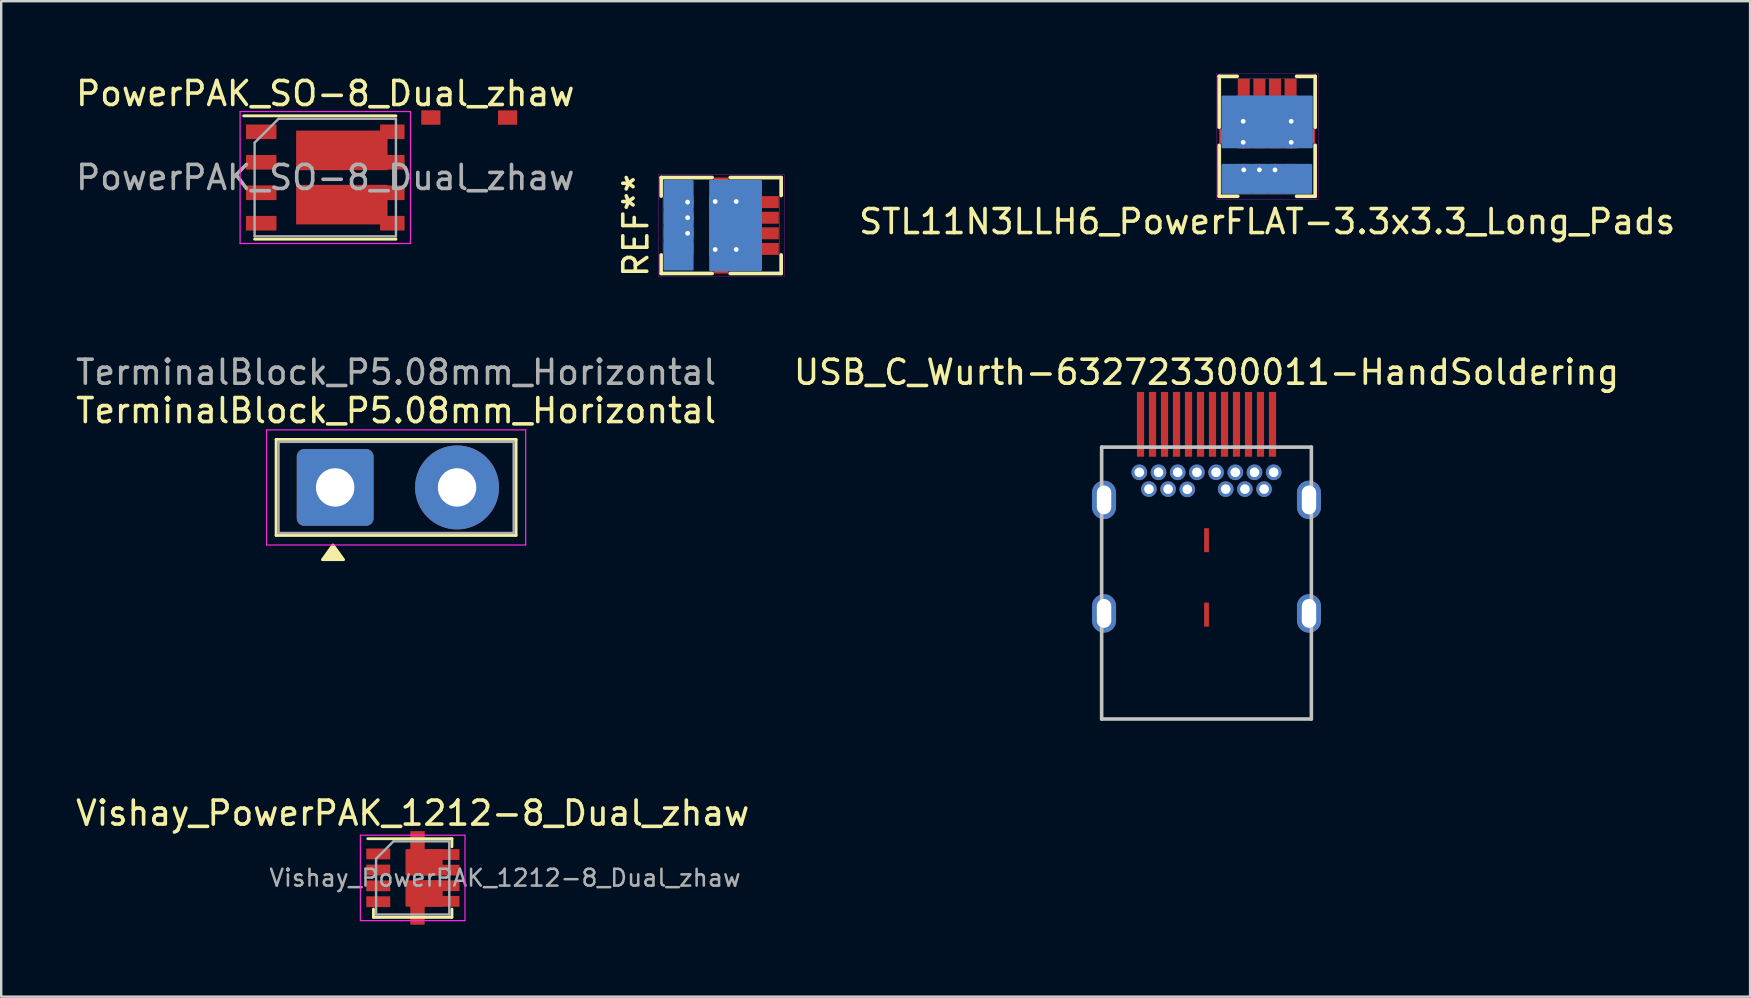
<source format=kicad_pcb>
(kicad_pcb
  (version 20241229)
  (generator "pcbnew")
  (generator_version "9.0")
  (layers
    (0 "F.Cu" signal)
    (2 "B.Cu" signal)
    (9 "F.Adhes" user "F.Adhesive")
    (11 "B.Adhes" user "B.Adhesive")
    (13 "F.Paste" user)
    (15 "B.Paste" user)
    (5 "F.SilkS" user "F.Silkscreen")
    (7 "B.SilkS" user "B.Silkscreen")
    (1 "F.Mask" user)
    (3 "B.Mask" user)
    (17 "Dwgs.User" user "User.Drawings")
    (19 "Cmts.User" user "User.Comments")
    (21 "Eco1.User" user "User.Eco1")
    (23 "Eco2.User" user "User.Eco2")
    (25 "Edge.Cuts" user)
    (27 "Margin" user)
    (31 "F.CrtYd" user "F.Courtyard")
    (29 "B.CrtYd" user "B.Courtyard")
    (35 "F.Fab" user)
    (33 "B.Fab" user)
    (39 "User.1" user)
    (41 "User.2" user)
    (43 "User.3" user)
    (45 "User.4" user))
  (footprint "USB_C_Wurth-632723300011-HandSoldering"
    (layer "F.Cu")
    (at 47.232 25.964)
    (property "Reference" "USB_C_Wurth-632723300011-HandSoldering" (at 0 -13.5 0) (layer "F.SilkS") (effects (font (size 1 1) (thickness 0.15))))
    (attr smd)
    (fp_line (start -4.37 -10.38) (end 4.37 -10.38) (stroke (width 0.15) (type solid)) (layer "Dwgs.User"))
    (fp_line (start -4.37 0.95) (end -4.37 -10.38) (stroke (width 0.15) (type solid)) (layer "Dwgs.User"))
    (fp_line (start -4.37 0.95) (end 4.37 0.95) (stroke (width 0.15) (type solid)) (layer "Dwgs.User"))
    (fp_line (start 4.37 0.95) (end 4.37 -10.38) (stroke (width 0.15) (type solid)) (layer "Dwgs.User"))
    (pad "25" thru_hole circle (at -2 -9.33) (size 0.65 0.65) (drill 0.4) (layers "*.Cu" "B.Mask"))
    (pad "25" thru_hole circle (at 2 -9.33) (size 0.65 0.65) (drill 0.4) (layers "*.Cu" "B.Mask"))
    (pad "26" thru_hole oval (at -4.27 -8.18) (size 1 1.6) (drill oval 0.6 1.2) (layers "*.Cu" "B.Mask"))
    (pad "26" thru_hole oval (at -4.27 -3.45) (size 1 1.6) (drill oval 0.6 1.2) (layers "*.Cu" "B.Mask"))
    (pad "26" thru_hole oval (at 4.27 -8.18) (size 1 1.6) (drill oval 0.6 1.2) (layers "*.Cu" "B.Mask"))
    (pad "26" thru_hole oval (at 4.27 -3.45) (size 1 1.6) (drill oval 0.6 1.2) (layers "*.Cu" "B.Mask"))
    (pad "27" smd rect (at 0 -6.5) (size 0.2 1) (layers "F.Cu" "F.Mask" "F.Paste"))
    (pad "27" smd rect (at 0 -3.4) (size 0.2 1) (layers "F.Cu" "F.Mask" "F.Paste"))
    (pad "A1" smd rect (at -2.75 -11.33) (size 0.3 2.7) (layers "F.Cu" "F.Mask" "F.Paste"))
    (pad "A2" smd rect (at -2.25 -11.33) (size 0.3 2.7) (layers "F.Cu" "F.Mask" "F.Paste"))
    (pad "A3" smd rect (at -1.75 -11.33) (size 0.3 2.7) (layers "F.Cu" "F.Mask" "F.Paste"))
    (pad "A4" smd rect (at -1.25 -11.33) (size 0.3 2.7) (layers "F.Cu" "F.Mask" "F.Paste"))
    (pad "A5" smd rect (at -0.75 -11.33) (size 0.3 2.7) (layers "F.Cu" "F.Mask" "F.Paste"))
    (pad "A6" smd rect (at -0.25 -11.33) (size 0.3 2.7) (layers "F.Cu" "F.Mask" "F.Paste"))
    (pad "A7" smd rect (at 0.25 -11.33) (size 0.3 2.7) (layers "F.Cu" "F.Mask" "F.Paste"))
    (pad "A8" smd rect (at 0.75 -11.33) (size 0.3 2.7) (layers "F.Cu" "F.Mask" "F.Paste"))
    (pad "A9" smd rect (at 1.25 -11.33) (size 0.3 2.7) (layers "F.Cu" "F.Mask" "F.Paste"))
    (pad "A10" smd rect (at 1.75 -11.33) (size 0.3 2.7) (layers "F.Cu" "F.Mask" "F.Paste"))
    (pad "A11" smd rect (at 2.25 -11.33) (size 0.3 2.7) (layers "F.Cu" "F.Mask" "F.Paste"))
    (pad "A12" smd rect (at 2.75 -11.33) (size 0.3 2.7) (layers "F.Cu" "F.Mask" "F.Paste"))
    (pad "B1" thru_hole circle (at 2.8 -9.33) (size 0.65 0.65) (drill 0.4) (layers "*.Cu" "B.Mask"))
    (pad "B2" thru_hole circle (at 2.4 -8.63) (size 0.65 0.65) (drill 0.4) (layers "*.Cu" "B.Mask"))
    (pad "B3" thru_hole circle (at 1.6 -8.63) (size 0.65 0.65) (drill 0.4) (layers "*.Cu" "B.Mask"))
    (pad "B4" thru_hole circle (at 1.2 -9.33) (size 0.65 0.65) (drill 0.4) (layers "*.Cu" "B.Mask"))
    (pad "B5" thru_hole circle (at 0.8 -8.63) (size 0.65 0.65) (drill 0.4) (layers "*.Cu" "B.Mask"))
    (pad "B6" thru_hole circle (at 0.4 -9.33) (size 0.65 0.65) (drill 0.4) (layers "*.Cu" "B.Mask"))
    (pad "B7" thru_hole circle (at -0.4 -9.33) (size 0.65 0.65) (drill 0.4) (layers "*.Cu" "B.Mask"))
    (pad "B8" thru_hole circle (at -0.8 -8.62) (size 0.65 0.65) (drill 0.4) (layers "*.Cu" "B.Mask"))
    (pad "B9" thru_hole circle (at -1.2 -9.33) (size 0.65 0.65) (drill 0.4) (layers "*.Cu" "B.Mask"))
    (pad "B10" thru_hole circle (at -1.6 -8.63) (size 0.65 0.65) (drill 0.4) (layers "*.Cu" "B.Mask"))
    (pad "B11" thru_hole circle (at -2.4 -8.63) (size 0.65 0.65) (drill 0.4) (layers "*.Cu" "B.Mask"))
    (pad "B12" thru_hole circle (at -2.8 -9.33) (size 0.65 0.65) (drill 0.4) (layers "*.Cu" "B.Mask")))
  (footprint "STL11N3LLH6_PowerFLAT-3.3x3.3_Long_Pads"
    (layer "F.Cu")
    (at 49.761 2.63)
    (property "Reference" "STL11N3LLH6_PowerFLAT-3.3x3.3_Long_Pads" (at 0 3.556 0) (layer "F.SilkS") (effects (font (size 1 1) (thickness 0.15))))
    (attr smd)
    (fp_poly (pts (xy 1.25 0.45) (xy -1.25 0.45) (xy -1.25 -1.65) (xy 1.25 -1.65)) (stroke (width 0.1) (type solid)) (fill yes) (layer "F.Cu"))
    (fp_poly (pts (xy 1.25 0.45) (xy -1.25 0.45) (xy -1.25 -1.65) (xy 1.25 -1.65)) (stroke (width 0.1) (type solid)) (fill yes) (layer "F.Mask"))
    (fp_poly (pts (xy 1.825 2.35) (xy -1.85 2.35) (xy -1.85 1.2) (xy 1.825 1.2)) (stroke (width 0.1) (type solid)) (fill yes) (layer "B.Cu"))
    (fp_poly (pts (xy 1.85 0.45) (xy -1.85 0.45) (xy -1.85 -1.65) (xy 1.85 -1.65)) (stroke (width 0.1) (type solid)) (fill yes) (layer "B.Cu"))
    (fp_line (start -2 -2.5) (end -2 -0.375) (stroke (width 0.15) (type solid)) (layer "F.SilkS"))
    (fp_line (start -2 0.375) (end -2 2.5) (stroke (width 0.15) (type solid)) (layer "F.SilkS"))
    (fp_line (start -2 2.5) (end -1.225 2.5) (stroke (width 0.15) (type solid)) (layer "F.SilkS"))
    (fp_line (start -1.25 -2.5) (end -2 -2.5) (stroke (width 0.15) (type solid)) (layer "F.SilkS"))
    (fp_line (start 2 -2.5) (end 1.225 -2.5) (stroke (width 0.15) (type solid)) (layer "F.SilkS"))
    (fp_line (start 2 -0.375) (end 2 -2.5) (stroke (width 0.15) (type solid)) (layer "F.SilkS"))
    (fp_line (start 2 0.375) (end 2 2.5) (stroke (width 0.15) (type solid)) (layer "F.SilkS"))
    (fp_line (start 2 2.5) (end 1.225 2.5) (stroke (width 0.15) (type solid)) (layer "F.SilkS"))
    (fp_line (start -2.125 -2.625) (end 2.125 -2.625) (stroke (width 0.01) (type solid)) (layer "F.CrtYd"))
    (fp_line (start -2.125 2.625) (end -2.125 -2.625) (stroke (width 0.01) (type solid)) (layer "F.CrtYd"))
    (fp_line (start 2.125 -2.625) (end 2.125 2.625) (stroke (width 0.01) (type solid)) (layer "F.CrtYd"))
    (fp_line (start 2.125 2.625) (end -2.125 2.625) (stroke (width 0.01) (type solid)) (layer "F.CrtYd"))
    (fp_line (start -1.925 -2.425) (end 1.925 -2.425) (stroke (width 0.01) (type solid)) (layer "F.Fab"))
    (fp_line (start -1.925 2.425) (end -1.925 -2.425) (stroke (width 0.01) (type solid)) (layer "F.Fab"))
    (fp_line (start 1.925 -2.425) (end 1.925 2.425) (stroke (width 0.01) (type solid)) (layer "F.Fab"))
    (fp_line (start 1.925 2.425) (end -1.925 2.425) (stroke (width 0.01) (type solid)) (layer "F.Fab"))
    (pad "1" thru_hole circle (at -0.975 1.4) (size 0.5 0.5) (drill 0.2) (layers "*.Cu"))
    (pad "1" smd rect (at -0.975 1.775) (size 0.5 1.25) (layers "F.Cu" "F.Mask" "F.Paste"))
    (pad "2" thru_hole circle (at -0.325 1.4) (size 0.5 0.5) (drill 0.2) (layers "*.Cu"))
    (pad "2" smd rect (at -0.325 1.775) (size 0.5 1.25) (layers "F.Cu" "F.Mask" "F.Paste"))
    (pad "3" thru_hole circle (at 0.325 1.4) (size 0.5 0.5) (drill 0.2) (layers "*.Cu"))
    (pad "3" smd rect (at 0.325 1.775) (size 0.5 1.25) (layers "F.Cu" "F.Mask" "F.Paste"))
    (pad "4" smd rect (at 0.975 1.775) (size 0.5 1.25) (layers "F.Cu" "F.Mask" "F.Paste"))
    (pad "5" smd rect (at 0.975 -0.95) (size 0.5 2.9) (layers "F.Cu" "F.Mask" "F.Paste"))
    (pad "5" thru_hole circle (at 1 -0.625) (size 0.5 0.5) (drill 0.2) (layers "*.Cu"))
    (pad "5" thru_hole circle (at 1 0.25) (size 0.5 0.5) (drill 0.2) (layers "*.Cu"))
    (pad "5" smd rect (at 1.6 0) (size 0.8 0.6) (layers "F.Cu" "F.Mask" "F.Paste"))
    (pad "6" smd rect (at 0.325 -0.95) (size 0.5 2.9) (layers "F.Cu" "F.Mask" "F.Paste"))
    (pad "7" smd rect (at -0.325 -0.95) (size 0.5 2.9) (layers "F.Cu" "F.Mask" "F.Paste"))
    (pad "8" smd rect (at -1.6 0) (size 0.8 0.6) (layers "F.Cu" "F.Mask" "F.Paste"))
    (pad "8" thru_hole circle (at -1 -0.625) (size 0.5 0.5) (drill 0.2) (layers "*.Cu"))
    (pad "8" thru_hole circle (at -1 0.25) (size 0.5 0.5) (drill 0.2) (layers "*.Cu"))
    (pad "8" smd rect (at -0.975 -0.95) (size 0.5 2.9) (layers "F.Cu" "F.Mask" "F.Paste")))
  (footprint "TerminalBlock_P5.08mm_Horizontal"
    (layer "F.Cu")
    (at 13.458 17.264)
    (property "Reference" "TerminalBlock_P5.08mm_Horizontal" (at 0 -3.2 0) (layer "F.SilkS") (effects (font (size 1 1) (thickness 0.15))))
    (attr through_hole)
    (fp_line (start -5 -2) (end -5 2) (stroke (width 0.12) (type solid)) (layer "F.SilkS"))
    (fp_line (start -5 -2) (end 5 -2) (stroke (width 0.12) (type solid)) (layer "F.SilkS"))
    (fp_line (start -5 2) (end 5 2) (stroke (width 0.12) (type solid)) (layer "F.SilkS"))
    (fp_line (start 5 -2) (end 5 2) (stroke (width 0.12) (type solid)) (layer "F.SilkS"))
    (fp_poly (pts (xy -2.63 2.4) (xy -2.19 3.01) (xy -3.07 3.01)) (stroke (width 0.12) (type solid)) (fill yes) (layer "F.SilkS"))
    (fp_line (start -5.4 -2.4) (end -5.4 2.4) (stroke (width 0.05) (type solid)) (layer "F.CrtYd"))
    (fp_line (start -5.4 2.4) (end 5.4 2.4) (stroke (width 0.05) (type solid)) (layer "F.CrtYd"))
    (fp_line (start 5.4 -2.4) (end -5.4 -2.4) (stroke (width 0.05) (type solid)) (layer "F.CrtYd"))
    (fp_line (start 5.4 2.4) (end 5.4 -2.4) (stroke (width 0.05) (type solid)) (layer "F.CrtYd"))
    (fp_line (start -4.9 -1.9) (end 4.9 -1.9) (stroke (width 0.1) (type solid)) (layer "F.Fab"))
    (fp_line (start -4.9 1.9) (end -4.9 -1.9) (stroke (width 0.1) (type solid)) (layer "F.Fab"))
    (fp_line (start -4.9 1.9) (end 4.9 1.9) (stroke (width 0.1) (type solid)) (layer "F.Fab"))
    (fp_line (start 4.9 -1.9) (end 4.9 1.9) (stroke (width 0.1) (type solid)) (layer "F.Fab"))
    (fp_text user "${REFERENCE}" (at 0 -4.8 0) (layer "F.Fab") (effects (font (size 1 1) (thickness 0.15))))
    (pad "1" thru_hole roundrect (at -2.54 0) (size 3.2 3.2) (drill 1.6) (layers "*.Cu" "*.Mask") (roundrect_rratio 0.096))
    (pad "2" thru_hole circle (at 2.54 0) (size 3.5 3.5) (drill 1.6) (layers "*.Cu" "*.Mask")))
  (footprint "PowerPAK_SO-8_Dual_zhaw"
    (layer "F.Cu")
    (at 10.506 4.348)
    (property "Reference" "PowerPAK_SO-8_Dual_zhaw" (at 0 -3.5 0) (layer "F.SilkS") (effects (font (size 1 1) (thickness 0.15))))
    (attr smd)
    (fp_poly (pts (xy 16.05 3.25) (xy 16.05 0.75) (xy 18.15 0.75) (xy 18.15 3.25)) (stroke (width 0.1) (type solid)) (fill yes) (layer "F.Cu"))
    (fp_poly (pts (xy 16.05 3.25) (xy 16.05 0.75) (xy 18.15 0.75) (xy 18.15 3.25)) (stroke (width 0.1) (type solid)) (fill yes) (layer "F.Mask"))
    (fp_poly (pts (xy 14.15 3.825) (xy 14.15 0.15) (xy 15.3 0.15) (xy 15.3 3.825)) (stroke (width 0.1) (type solid)) (fill yes) (layer "B.Cu"))
    (fp_poly (pts (xy 16.05 3.85) (xy 16.05 0.15) (xy 18.15 0.15) (xy 18.15 3.85)) (stroke (width 0.1) (type solid)) (fill yes) (layer "B.Cu"))
    (fp_line (start -3.4 -2.57) (end 2.945 -2.57) (stroke (width 0.12) (type solid)) (layer "F.SilkS"))
    (fp_line (start -2.945 2.57) (end 2.945 2.57) (stroke (width 0.12) (type solid)) (layer "F.SilkS"))
    (fp_line (start 14 0) (end 14 0.775) (stroke (width 0.15) (type solid)) (layer "F.SilkS"))
    (fp_line (start 14 4) (end 14 3.225) (stroke (width 0.15) (type solid)) (layer "F.SilkS"))
    (fp_line (start 16.125 0) (end 14 0) (stroke (width 0.15) (type solid)) (layer "F.SilkS"))
    (fp_line (start 16.125 4) (end 14 4) (stroke (width 0.15) (type solid)) (layer "F.SilkS"))
    (fp_line (start 16.875 4) (end 19 4) (stroke (width 0.15) (type solid)) (layer "F.SilkS"))
    (fp_line (start 19 0) (end 16.875 0) (stroke (width 0.15) (type solid)) (layer "F.SilkS"))
    (fp_line (start 19 0.75) (end 19 0) (stroke (width 0.15) (type solid)) (layer "F.SilkS"))
    (fp_line (start 19 4) (end 19 3.225) (stroke (width 0.15) (type solid)) (layer "F.SilkS"))
    (fp_line (start -3.55 -2.75) (end -3.55 2.75) (stroke (width 0.05) (type solid)) (layer "F.CrtYd"))
    (fp_line (start -3.55 -2.75) (end 3.55 -2.75) (stroke (width 0.05) (type solid)) (layer "F.CrtYd"))
    (fp_line (start -3.55 2.75) (end 3.55 2.75) (stroke (width 0.05) (type solid)) (layer "F.CrtYd"))
    (fp_line (start 3.55 -2.75) (end 3.55 2.75) (stroke (width 0.05) (type solid)) (layer "F.CrtYd"))
    (fp_line (start 13.875 -0.125) (end 19.125 -0.125) (stroke (width 0.01) (type solid)) (layer "F.CrtYd"))
    (fp_line (start 13.875 4.125) (end 13.875 -0.125) (stroke (width 0.01) (type solid)) (layer "F.CrtYd"))
    (fp_line (start 19.125 -0.125) (end 19.125 4.125) (stroke (width 0.01) (type solid)) (layer "F.CrtYd"))
    (fp_line (start 19.125 4.125) (end 13.875 4.125) (stroke (width 0.01) (type solid)) (layer "F.CrtYd"))
    (fp_line (start -2.945 2.45) (end -2.945 -1.45) (stroke (width 0.1) (type solid)) (layer "F.Fab"))
    (fp_line (start -1.945 -2.45) (end -2.945 -1.45) (stroke (width 0.1) (type solid)) (layer "F.Fab"))
    (fp_line (start -1.945 -2.45) (end 2.945 -2.45) (stroke (width 0.1) (type solid)) (layer "F.Fab"))
    (fp_line (start 2.945 -2.45) (end 2.945 2.45) (stroke (width 0.1) (type solid)) (layer "F.Fab"))
    (fp_line (start 2.945 2.45) (end -2.945 2.45) (stroke (width 0.1) (type solid)) (layer "F.Fab"))
    (fp_line (start 14.075 0.075) (end 18.925 0.075) (stroke (width 0.01) (type solid)) (layer "F.Fab"))
    (fp_line (start 14.075 3.925) (end 14.075 0.075) (stroke (width 0.01) (type solid)) (layer "F.Fab"))
    (fp_line (start 18.925 0.075) (end 18.925 3.925) (stroke (width 0.01) (type solid)) (layer "F.Fab"))
    (fp_line (start 18.925 3.925) (end 14.075 3.925) (stroke (width 0.01) (type solid)) (layer "F.Fab"))
    (fp_text user "REF**" (at 12.944 2 270) (layer "F.SilkS") (effects (font (size 1 1) (thickness 0.15))))
    (fp_text user "${REFERENCE}" (at 0 0 0) (layer "F.Fab") (effects (font (size 1 1) (thickness 0.15))))
    (pad "1" smd rect (at -2.67 -1.905) (size 1.27 0.61) (layers "F.Cu" "F.Mask" "F.Paste"))
    (pad "1" smd rect (at 14.725 1.025 270) (size 0.5 1.25) (layers "F.Cu" "F.Mask" "F.Paste"))
    (pad "1" thru_hole circle (at 15.1 1.025 270) (size 0.5 0.5) (drill 0.2) (layers "*.Cu"))
    (pad "2" smd rect (at -2.67 -0.635) (size 1.27 0.61) (layers "F.Cu" "F.Mask" "F.Paste"))
    (pad "2" smd rect (at 14.725 1.675 270) (size 0.5 1.25) (layers "F.Cu" "F.Mask" "F.Paste"))
    (pad "2" thru_hole circle (at 15.1 1.675 270) (size 0.5 0.5) (drill 0.2) (layers "*.Cu"))
    (pad "3" smd rect (at -2.67 0.635) (size 1.27 0.61) (layers "F.Cu" "F.Mask" "F.Paste"))
    (pad "3" smd rect (at 14.725 2.325 270) (size 0.5 1.25) (layers "F.Cu" "F.Mask" "F.Paste"))
    (pad "3" thru_hole circle (at 15.1 2.325 270) (size 0.5 0.5) (drill 0.2) (layers "*.Cu"))
    (pad "4" smd rect (at -2.67 1.905) (size 1.27 0.61) (layers "F.Cu" "F.Mask" "F.Paste"))
    (pad "4" smd rect (at 14.725 2.975 270) (size 0.5 1.25) (layers "F.Cu" "F.Mask" "F.Paste"))
    (pad "5" smd rect (at 0.69 1.13) (size 3.81 1.65) (layers "F.Cu" "F.Mask" "F.Paste"))
    (pad "5" smd rect (at 2.795 1.905) (size 1.02 0.61) (layers "F.Cu" "F.Mask" "F.Paste"))
    (pad "5" smd rect (at 7.6 -2.5) (size 0.8 0.6) (layers "F.Cu" "F.Mask" "F.Paste"))
    (pad "5" thru_hole circle (at 16.25 3 270) (size 0.5 0.5) (drill 0.2) (layers "*.Cu"))
    (pad "5" smd rect (at 16.5 3.6 270) (size 0.8 0.6) (layers "F.Cu" "F.Mask" "F.Paste"))
    (pad "5" thru_hole circle (at 17.125 3 270) (size 0.5 0.5) (drill 0.2) (layers "*.Cu"))
    (pad "5" smd rect (at 17.45 2.975 270) (size 0.5 2.9) (layers "F.Cu" "F.Mask" "F.Paste"))
    (pad "6" smd rect (at 2.795 0.635) (size 1.02 0.61) (layers "F.Cu" "F.Mask" "F.Paste"))
    (pad "6" smd rect (at 17.45 2.325 270) (size 0.5 2.9) (layers "F.Cu" "F.Mask" "F.Paste"))
    (pad "7" smd rect (at 2.795 -0.635) (size 1.02 0.61) (layers "F.Cu" "F.Mask" "F.Paste"))
    (pad "7" smd rect (at 17.45 1.675 270) (size 0.5 2.9) (layers "F.Cu" "F.Mask" "F.Paste"))
    (pad "8" smd rect (at 0.69 -1.13) (size 3.81 1.65) (layers "F.Cu" "F.Mask" "F.Paste"))
    (pad "8" smd rect (at 2.795 -1.905) (size 1.02 0.61) (layers "F.Cu" "F.Mask" "F.Paste"))
    (pad "8" smd rect (at 4.4 -2.5) (size 0.8 0.6) (layers "F.Cu" "F.Mask" "F.Paste"))
    (pad "8" thru_hole circle (at 16.25 1 270) (size 0.5 0.5) (drill 0.2) (layers "*.Cu"))
    (pad "8" smd rect (at 16.5 0.4 270) (size 0.8 0.6) (layers "F.Cu" "F.Mask" "F.Paste"))
    (pad "8" thru_hole circle (at 17.125 1 270) (size 0.5 0.5) (drill 0.2) (layers "*.Cu"))
    (pad "8" smd rect (at 17.45 1.025 270) (size 0.5 2.9) (layers "F.Cu" "F.Mask" "F.Paste")))
  (footprint "Vishay_PowerPAK_1212-8_Dual_zhaw"
    (layer "F.Cu")
    (at 14.149 33.538)
    (property "Reference" "Vishay_PowerPAK_1212-8_Dual_zhaw" (at 0 -2.7 0) (layer "F.SilkS") (effects (font (size 1 1) (thickness 0.15))))
    (attr smd)
    (fp_poly (pts (xy -0.25 -0.15) (xy -0.25 -1.15) (xy 1.2 -1.15) (xy 1.2 -0.15)) (stroke (width 0.1) (type solid)) (fill yes) (layer "F.Cu"))
    (fp_poly (pts (xy -0.25 1.15) (xy -0.25 0.15) (xy 1.2 0.15) (xy 1.2 1.15)) (stroke (width 0.1) (type solid)) (fill yes) (layer "F.Cu"))
    (fp_poly (pts (xy -0.25 -0.15) (xy -0.25 -1.15) (xy 1.2 -1.15) (xy 1.2 -0.15)) (stroke (width 0.1) (type solid)) (fill yes) (layer "F.Mask"))
    (fp_poly (pts (xy -0.25 1.15) (xy -0.25 0.15) (xy 1.2 0.15) (xy 1.2 1.15)) (stroke (width 0.1) (type solid)) (fill yes) (layer "F.Mask"))
    (fp_line (start -1.87 -1.635) (end 1.635 -1.635) (stroke (width 0.12) (type solid)) (layer "F.SilkS"))
    (fp_line (start -1.635 1.3) (end -1.635 1.635) (stroke (width 0.12) (type solid)) (layer "F.SilkS"))
    (fp_line (start -1.635 1.645) (end 1.635 1.645) (stroke (width 0.12) (type solid)) (layer "F.SilkS"))
    (fp_line (start 1.635 -1.635) (end 1.635 -1.3) (stroke (width 0.12) (type solid)) (layer "F.SilkS"))
    (fp_line (start 1.635 1.3) (end 1.635 1.635) (stroke (width 0.12) (type solid)) (layer "F.SilkS"))
    (fp_poly (pts (xy -0.15 -0.4) (xy -0.15 -0.9) (xy 0.25 -0.9) (xy 0.25 -0.4)) (stroke (width 0.1) (type solid)) (fill yes) (layer "F.Paste"))
    (fp_poly (pts (xy -0.15 0.9) (xy -0.15 0.4) (xy 0.25 0.4) (xy 0.25 0.9)) (stroke (width 0.1) (type solid)) (fill yes) (layer "F.Paste"))
    (fp_line (start -2.18 -1.78) (end -2.18 1.78) (stroke (width 0.05) (type solid)) (layer "F.CrtYd"))
    (fp_line (start -2.18 -1.78) (end 2.18 -1.78) (stroke (width 0.05) (type solid)) (layer "F.CrtYd"))
    (fp_line (start -2.18 1.78) (end 2.18 1.78) (stroke (width 0.05) (type solid)) (layer "F.CrtYd"))
    (fp_line (start 2.18 -1.78) (end 2.18 1.78) (stroke (width 0.05) (type solid)) (layer "F.CrtYd"))
    (fp_line (start -1.525 -0.8) (end -1.525 1.525) (stroke (width 0.1) (type solid)) (layer "F.Fab"))
    (fp_line (start -1.525 -0.8) (end -0.8 -1.525) (stroke (width 0.1) (type solid)) (layer "F.Fab"))
    (fp_line (start -1.525 1.525) (end 1.525 1.525) (stroke (width 0.1) (type solid)) (layer "F.Fab"))
    (fp_line (start -0.8 -1.525) (end 1.525 -1.525) (stroke (width 0.1) (type solid)) (layer "F.Fab"))
    (fp_line (start 1.525 -1.525) (end 1.525 1.525) (stroke (width 0.1) (type solid)) (layer "F.Fab"))
    (fp_text user "${REFERENCE}" (at 3.85 0 0) (layer "F.Fab") (effects (font (size 0.7 0.7) (thickness 0.105))))
    (pad "1" smd rect (at -1.435 -1) (size 1 0.45) (layers "F.Cu" "F.Mask" "F.Paste"))
    (pad "2" smd rect (at -1.435 -0.33) (size 1 0.45) (layers "F.Cu" "F.Mask" "F.Paste"))
    (pad "3" smd rect (at -1.435 0.33) (size 1 0.45) (layers "F.Cu" "F.Mask" "F.Paste"))
    (pad "4" smd rect (at -1.435 0.99) (size 1 0.45) (layers "F.Cu" "F.Mask" "F.Paste"))
    (pad "5" smd rect (at 0.2 1.55 270) (size 0.8 0.6) (layers "F.Cu" "F.Mask" "F.Paste"))
    (pad "5" smd rect (at 1.15 0.975 270) (size 0.45 1.6) (layers "F.Cu" "F.Mask" "F.Paste"))
    (pad "6" smd rect (at 1.15 0.325 270) (size 0.45 1.6) (layers "F.Cu" "F.Mask" "F.Paste"))
    (pad "7" smd rect (at 1.15 -0.325 270) (size 0.45 1.6) (layers "F.Cu" "F.Mask" "F.Paste"))
    (pad "8" smd rect (at 0.2 -1.55 270) (size 0.8 0.6) (layers "F.Cu" "F.Mask" "F.Paste"))
    (pad "8" smd rect (at 1.15 -0.975 270) (size 0.45 1.6) (layers "F.Cu" "F.Mask" "F.Paste")))
  (gr_rect
    (start -3 -3)
    (end 69.886 38.488)
    (stroke (width 0.1) (type default))
    (fill no)
    (layer "Edge.Cuts")))
</source>
